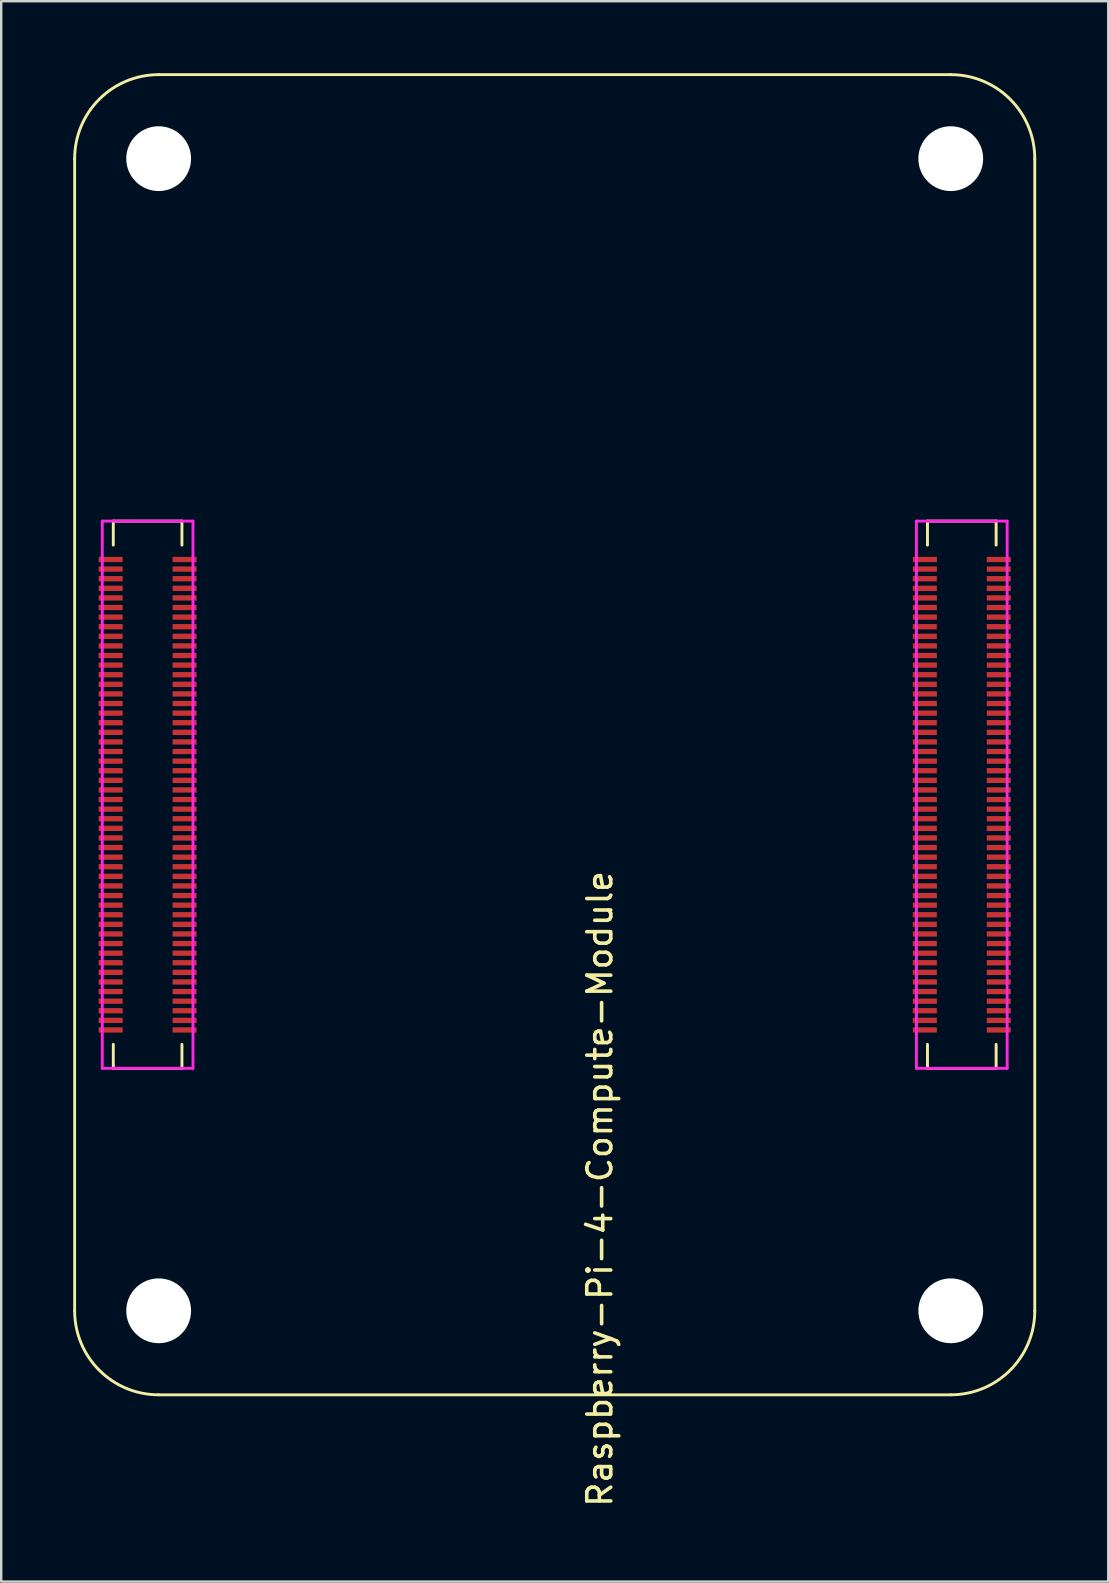
<source format=kicad_pcb>
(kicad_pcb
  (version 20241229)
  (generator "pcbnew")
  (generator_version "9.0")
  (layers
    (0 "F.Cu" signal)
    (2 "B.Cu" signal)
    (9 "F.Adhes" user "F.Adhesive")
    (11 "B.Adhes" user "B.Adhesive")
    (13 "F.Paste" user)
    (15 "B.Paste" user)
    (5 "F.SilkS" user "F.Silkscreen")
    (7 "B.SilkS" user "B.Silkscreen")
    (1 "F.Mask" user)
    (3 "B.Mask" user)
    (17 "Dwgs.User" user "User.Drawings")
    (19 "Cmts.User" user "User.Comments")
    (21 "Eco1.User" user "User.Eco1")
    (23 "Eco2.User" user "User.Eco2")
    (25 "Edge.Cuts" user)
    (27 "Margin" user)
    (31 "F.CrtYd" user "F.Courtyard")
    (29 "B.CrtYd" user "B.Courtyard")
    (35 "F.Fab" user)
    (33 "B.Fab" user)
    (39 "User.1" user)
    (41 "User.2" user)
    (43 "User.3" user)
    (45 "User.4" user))
  (footprint "Raspberry-Pi-4-Compute-Module"
    (layer "F.Cu")
    (at 3.1 30.06)
    (property "Reference" "Raspberry-Pi-4-Compute-Module" (at 18.84 16.42 270) (layer "F.SilkS") (effects (font (size 1 1) (thickness 0.15))))
    (attr smd)
    (fp_line (start -3.04 -26.5) (end -3.04 21.5) (stroke (width 0.12) (type solid)) (layer "F.SilkS"))
    (fp_line (start -1.43 -11.4) (end 1.43 -11.4) (stroke (width 0.12) (type solid)) (layer "F.SilkS"))
    (fp_line (start -1.43 -10.4) (end -1.43 -11.4) (stroke (width 0.12) (type solid)) (layer "F.SilkS"))
    (fp_line (start -1.43 11.4) (end -1.43 10.4) (stroke (width 0.12) (type solid)) (layer "F.SilkS"))
    (fp_line (start -1.43 11.4) (end 1.43 11.4) (stroke (width 0.12) (type solid)) (layer "F.SilkS"))
    (fp_line (start 0.46 25) (end 33.46 25) (stroke (width 0.12) (type solid)) (layer "F.SilkS"))
    (fp_line (start 1.43 -10.4) (end 1.43 -11.4) (stroke (width 0.12) (type solid)) (layer "F.SilkS"))
    (fp_line (start 1.43 11.4) (end 1.43 10.4) (stroke (width 0.12) (type solid)) (layer "F.SilkS"))
    (fp_line (start 32.49 -11.4) (end 32.49 -10.4) (stroke (width 0.12) (type solid)) (layer "F.SilkS"))
    (fp_line (start 32.49 -11.4) (end 35.35 -11.4) (stroke (width 0.12) (type solid)) (layer "F.SilkS"))
    (fp_line (start 32.49 11.4) (end 32.49 10.4) (stroke (width 0.12) (type solid)) (layer "F.SilkS"))
    (fp_line (start 32.49 11.4) (end 35.35 11.4) (stroke (width 0.12) (type solid)) (layer "F.SilkS"))
    (fp_line (start 33.46 -30) (end 0.46 -30) (stroke (width 0.12) (type solid)) (layer "F.SilkS"))
    (fp_line (start 35.35 -11.4) (end 35.35 -10.4) (stroke (width 0.12) (type solid)) (layer "F.SilkS"))
    (fp_line (start 35.35 11.4) (end 35.35 10.4) (stroke (width 0.12) (type solid)) (layer "F.SilkS"))
    (fp_line (start 36.96 21.5) (end 36.96 -26.5) (stroke (width 0.12) (type solid)) (layer "F.SilkS"))
    (fp_arc (start -3.04 -26.5) (mid -2.014874 -28.974874) (end 0.46 -30) (stroke (width 0.12) (type solid)) (layer "F.SilkS"))
    (fp_arc (start 0.46 25) (mid -2.014874 23.974874) (end -3.04 21.5) (stroke (width 0.12) (type solid)) (layer "F.SilkS"))
    (fp_arc (start 33.46 -30) (mid 35.934874 -28.974874) (end 36.96 -26.5) (stroke (width 0.12) (type solid)) (layer "F.SilkS"))
    (fp_arc (start 36.96 21.5) (mid 35.934874 23.974874) (end 33.46 25) (stroke (width 0.12) (type solid)) (layer "F.SilkS"))
    (fp_line (start -1.89 -11.4) (end 1.89 -11.4) (stroke (width 0.12) (type solid)) (layer "F.CrtYd"))
    (fp_line (start -1.89 11.4) (end -1.89 -11.4) (stroke (width 0.12) (type solid)) (layer "F.CrtYd"))
    (fp_line (start 1.89 -11.4) (end 1.89 11.4) (stroke (width 0.12) (type solid)) (layer "F.CrtYd"))
    (fp_line (start 1.89 11.4) (end -1.89 11.4) (stroke (width 0.12) (type solid)) (layer "F.CrtYd"))
    (fp_line (start 32.03 -11.4) (end 35.81 -11.4) (stroke (width 0.12) (type solid)) (layer "F.CrtYd"))
    (fp_line (start 32.03 11.4) (end 32.03 -11.4) (stroke (width 0.12) (type solid)) (layer "F.CrtYd"))
    (fp_line (start 35.81 -11.4) (end 35.81 11.4) (stroke (width 0.12) (type solid)) (layer "F.CrtYd"))
    (fp_line (start 35.81 11.4) (end 32.03 11.4) (stroke (width 0.12) (type solid)) (layer "F.CrtYd"))
    (pad "" np_thru_hole circle (at 0.46 -26.5) (size 2.7 2.7) (drill 2.7) (layers "*.Cu" "*.Mask"))
    (pad "" np_thru_hole circle (at 0.46 21.5) (size 2.7 2.7) (drill 2.7) (layers "*.Cu" "*.Mask"))
    (pad "" np_thru_hole circle (at 33.46 -26.5) (size 2.7 2.7) (drill 2.7) (layers "*.Cu" "*.Mask"))
    (pad "" np_thru_hole circle (at 33.46 21.5) (size 2.7 2.7) (drill 2.7) (layers "*.Cu" "*.Mask"))
    (pad "1" smd rect (at -1.54 -9.8 270) (size 0.22 1) (layers "F.Cu" "F.Mask" "F.Paste"))
    (pad "2" smd rect (at 1.54 -9.8 270) (size 0.22 1) (layers "F.Cu" "F.Mask" "F.Paste"))
    (pad "3" smd rect (at -1.54 -9.4 270) (size 0.22 1) (layers "F.Cu" "F.Mask" "F.Paste"))
    (pad "4" smd rect (at 1.54 -9.4 270) (size 0.22 1) (layers "F.Cu" "F.Mask" "F.Paste"))
    (pad "5" smd rect (at -1.54 -9 270) (size 0.22 1) (layers "F.Cu" "F.Mask" "F.Paste"))
    (pad "6" smd rect (at 1.54 -9 270) (size 0.22 1) (layers "F.Cu" "F.Mask" "F.Paste"))
    (pad "7" smd rect (at -1.54 -8.6 270) (size 0.22 1) (layers "F.Cu" "F.Mask" "F.Paste"))
    (pad "8" smd rect (at 1.54 -8.6 270) (size 0.22 1) (layers "F.Cu" "F.Mask" "F.Paste"))
    (pad "9" smd rect (at -1.54 -8.2 270) (size 0.22 1) (layers "F.Cu" "F.Mask" "F.Paste"))
    (pad "10" smd rect (at 1.54 -8.2 270) (size 0.22 1) (layers "F.Cu" "F.Mask" "F.Paste"))
    (pad "11" smd rect (at -1.54 -7.8 270) (size 0.22 1) (layers "F.Cu" "F.Mask" "F.Paste"))
    (pad "12" smd rect (at 1.54 -7.8 270) (size 0.22 1) (layers "F.Cu" "F.Mask" "F.Paste"))
    (pad "13" smd rect (at -1.54 -7.4 270) (size 0.22 1) (layers "F.Cu" "F.Mask" "F.Paste"))
    (pad "14" smd rect (at 1.54 -7.4 270) (size 0.22 1) (layers "F.Cu" "F.Mask" "F.Paste"))
    (pad "15" smd rect (at -1.54 -7 270) (size 0.22 1) (layers "F.Cu" "F.Mask" "F.Paste"))
    (pad "16" smd rect (at 1.54 -7 270) (size 0.22 1) (layers "F.Cu" "F.Mask" "F.Paste"))
    (pad "17" smd rect (at -1.54 -6.6 270) (size 0.22 1) (layers "F.Cu" "F.Mask" "F.Paste"))
    (pad "18" smd rect (at 1.54 -6.6 270) (size 0.22 1) (layers "F.Cu" "F.Mask" "F.Paste"))
    (pad "19" smd rect (at -1.54 -6.2 270) (size 0.22 1) (layers "F.Cu" "F.Mask" "F.Paste"))
    (pad "20" smd rect (at 1.54 -6.2 270) (size 0.22 1) (layers "F.Cu" "F.Mask" "F.Paste"))
    (pad "21" smd rect (at -1.54 -5.8 270) (size 0.22 1) (layers "F.Cu" "F.Mask" "F.Paste"))
    (pad "22" smd rect (at 1.54 -5.8 270) (size 0.22 1) (layers "F.Cu" "F.Mask" "F.Paste"))
    (pad "23" smd rect (at -1.54 -5.4 270) (size 0.22 1) (layers "F.Cu" "F.Mask" "F.Paste"))
    (pad "24" smd rect (at 1.54 -5.4 270) (size 0.22 1) (layers "F.Cu" "F.Mask" "F.Paste"))
    (pad "25" smd rect (at -1.54 -5 270) (size 0.22 1) (layers "F.Cu" "F.Mask" "F.Paste"))
    (pad "26" smd rect (at 1.54 -5 270) (size 0.22 1) (layers "F.Cu" "F.Mask" "F.Paste"))
    (pad "27" smd rect (at -1.54 -4.6 270) (size 0.22 1) (layers "F.Cu" "F.Mask" "F.Paste"))
    (pad "28" smd rect (at 1.54 -4.6 270) (size 0.22 1) (layers "F.Cu" "F.Mask" "F.Paste"))
    (pad "29" smd rect (at -1.54 -4.2 270) (size 0.22 1) (layers "F.Cu" "F.Mask" "F.Paste"))
    (pad "30" smd rect (at 1.54 -4.2 270) (size 0.22 1) (layers "F.Cu" "F.Mask" "F.Paste"))
    (pad "31" smd rect (at -1.54 -3.8 270) (size 0.22 1) (layers "F.Cu" "F.Mask" "F.Paste"))
    (pad "32" smd rect (at 1.54 -3.8 270) (size 0.22 1) (layers "F.Cu" "F.Mask" "F.Paste"))
    (pad "33" smd rect (at -1.54 -3.4 270) (size 0.22 1) (layers "F.Cu" "F.Mask" "F.Paste"))
    (pad "34" smd rect (at 1.54 -3.4 270) (size 0.22 1) (layers "F.Cu" "F.Mask" "F.Paste"))
    (pad "35" smd rect (at -1.54 -3 270) (size 0.22 1) (layers "F.Cu" "F.Mask" "F.Paste"))
    (pad "36" smd rect (at 1.54 -3 270) (size 0.22 1) (layers "F.Cu" "F.Mask" "F.Paste"))
    (pad "37" smd rect (at -1.54 -2.6 270) (size 0.22 1) (layers "F.Cu" "F.Mask" "F.Paste"))
    (pad "38" smd rect (at 1.54 -2.6 270) (size 0.22 1) (layers "F.Cu" "F.Mask" "F.Paste"))
    (pad "39" smd rect (at -1.54 -2.2 270) (size 0.22 1) (layers "F.Cu" "F.Mask" "F.Paste"))
    (pad "40" smd rect (at 1.54 -2.2 270) (size 0.22 1) (layers "F.Cu" "F.Mask" "F.Paste"))
    (pad "41" smd rect (at -1.54 -1.8 270) (size 0.22 1) (layers "F.Cu" "F.Mask" "F.Paste"))
    (pad "42" smd rect (at 1.54 -1.8 270) (size 0.22 1) (layers "F.Cu" "F.Mask" "F.Paste"))
    (pad "43" smd rect (at -1.54 -1.4 270) (size 0.22 1) (layers "F.Cu" "F.Mask" "F.Paste"))
    (pad "44" smd rect (at 1.54 -1.4 270) (size 0.22 1) (layers "F.Cu" "F.Mask" "F.Paste"))
    (pad "45" smd rect (at -1.54 -1 270) (size 0.22 1) (layers "F.Cu" "F.Mask" "F.Paste"))
    (pad "46" smd rect (at 1.54 -1 270) (size 0.22 1) (layers "F.Cu" "F.Mask" "F.Paste"))
    (pad "47" smd rect (at -1.54 -0.6 270) (size 0.22 1) (layers "F.Cu" "F.Mask" "F.Paste"))
    (pad "48" smd rect (at 1.54 -0.6 270) (size 0.22 1) (layers "F.Cu" "F.Mask" "F.Paste"))
    (pad "49" smd rect (at -1.54 -0.2 270) (size 0.22 1) (layers "F.Cu" "F.Mask" "F.Paste"))
    (pad "50" smd rect (at 1.54 -0.2 270) (size 0.22 1) (layers "F.Cu" "F.Mask" "F.Paste"))
    (pad "51" smd rect (at -1.54 0.2 270) (size 0.22 1) (layers "F.Cu" "F.Mask" "F.Paste"))
    (pad "52" smd rect (at 1.54 0.2 270) (size 0.22 1) (layers "F.Cu" "F.Mask" "F.Paste"))
    (pad "53" smd rect (at -1.54 0.6 270) (size 0.22 1) (layers "F.Cu" "F.Mask" "F.Paste"))
    (pad "54" smd rect (at 1.54 0.6 270) (size 0.22 1) (layers "F.Cu" "F.Mask" "F.Paste"))
    (pad "55" smd rect (at -1.54 1 270) (size 0.22 1) (layers "F.Cu" "F.Mask" "F.Paste"))
    (pad "56" smd rect (at 1.54 1 270) (size 0.22 1) (layers "F.Cu" "F.Mask" "F.Paste"))
    (pad "57" smd rect (at -1.54 1.4 270) (size 0.22 1) (layers "F.Cu" "F.Mask" "F.Paste"))
    (pad "58" smd rect (at 1.54 1.4 270) (size 0.22 1) (layers "F.Cu" "F.Mask" "F.Paste"))
    (pad "59" smd rect (at -1.54 1.8 270) (size 0.22 1) (layers "F.Cu" "F.Mask" "F.Paste"))
    (pad "60" smd rect (at 1.54 1.8 270) (size 0.22 1) (layers "F.Cu" "F.Mask" "F.Paste"))
    (pad "61" smd rect (at -1.54 2.2 270) (size 0.22 1) (layers "F.Cu" "F.Mask" "F.Paste"))
    (pad "62" smd rect (at 1.54 2.2 270) (size 0.22 1) (layers "F.Cu" "F.Mask" "F.Paste"))
    (pad "63" smd rect (at -1.54 2.6 270) (size 0.22 1) (layers "F.Cu" "F.Mask" "F.Paste"))
    (pad "64" smd rect (at 1.54 2.6 270) (size 0.22 1) (layers "F.Cu" "F.Mask" "F.Paste"))
    (pad "65" smd rect (at -1.54 3 270) (size 0.22 1) (layers "F.Cu" "F.Mask" "F.Paste"))
    (pad "66" smd rect (at 1.54 3 270) (size 0.22 1) (layers "F.Cu" "F.Mask" "F.Paste"))
    (pad "67" smd rect (at -1.54 3.4 270) (size 0.22 1) (layers "F.Cu" "F.Mask" "F.Paste"))
    (pad "68" smd rect (at 1.54 3.4 270) (size 0.22 1) (layers "F.Cu" "F.Mask" "F.Paste"))
    (pad "69" smd rect (at -1.54 3.8 270) (size 0.22 1) (layers "F.Cu" "F.Mask" "F.Paste"))
    (pad "70" smd rect (at 1.54 3.8 270) (size 0.22 1) (layers "F.Cu" "F.Mask" "F.Paste"))
    (pad "71" smd rect (at -1.54 4.2 270) (size 0.22 1) (layers "F.Cu" "F.Mask" "F.Paste"))
    (pad "72" smd rect (at 1.54 4.2 270) (size 0.22 1) (layers "F.Cu" "F.Mask" "F.Paste"))
    (pad "73" smd rect (at -1.54 4.6 270) (size 0.22 1) (layers "F.Cu" "F.Mask" "F.Paste"))
    (pad "74" smd rect (at 1.54 4.6 270) (size 0.22 1) (layers "F.Cu" "F.Mask" "F.Paste"))
    (pad "75" smd rect (at -1.54 5 270) (size 0.22 1) (layers "F.Cu" "F.Mask" "F.Paste"))
    (pad "76" smd rect (at 1.54 5 270) (size 0.22 1) (layers "F.Cu" "F.Mask" "F.Paste"))
    (pad "77" smd rect (at -1.54 5.4 270) (size 0.22 1) (layers "F.Cu" "F.Mask" "F.Paste"))
    (pad "78" smd rect (at 1.54 5.4 270) (size 0.22 1) (layers "F.Cu" "F.Mask" "F.Paste"))
    (pad "79" smd rect (at -1.54 5.8 270) (size 0.22 1) (layers "F.Cu" "F.Mask" "F.Paste"))
    (pad "80" smd rect (at 1.54 5.8 270) (size 0.22 1) (layers "F.Cu" "F.Mask" "F.Paste"))
    (pad "81" smd rect (at -1.54 6.2 270) (size 0.22 1) (layers "F.Cu" "F.Mask" "F.Paste"))
    (pad "82" smd rect (at 1.54 6.2 270) (size 0.22 1) (layers "F.Cu" "F.Mask" "F.Paste"))
    (pad "83" smd rect (at -1.54 6.6 270) (size 0.22 1) (layers "F.Cu" "F.Mask" "F.Paste"))
    (pad "84" smd rect (at 1.54 6.6 270) (size 0.22 1) (layers "F.Cu" "F.Mask" "F.Paste"))
    (pad "85" smd rect (at -1.54 7 270) (size 0.22 1) (layers "F.Cu" "F.Mask" "F.Paste"))
    (pad "86" smd rect (at 1.54 7 270) (size 0.22 1) (layers "F.Cu" "F.Mask" "F.Paste"))
    (pad "87" smd rect (at -1.54 7.4 270) (size 0.22 1) (layers "F.Cu" "F.Mask" "F.Paste"))
    (pad "88" smd rect (at 1.54 7.4 270) (size 0.22 1) (layers "F.Cu" "F.Mask" "F.Paste"))
    (pad "89" smd rect (at -1.54 7.8 270) (size 0.22 1) (layers "F.Cu" "F.Mask" "F.Paste"))
    (pad "90" smd rect (at 1.54 7.8 270) (size 0.22 1) (layers "F.Cu" "F.Mask" "F.Paste"))
    (pad "91" smd rect (at -1.54 8.2 270) (size 0.22 1) (layers "F.Cu" "F.Mask" "F.Paste"))
    (pad "92" smd rect (at 1.54 8.2 270) (size 0.22 1) (layers "F.Cu" "F.Mask" "F.Paste"))
    (pad "93" smd rect (at -1.54 8.6 270) (size 0.22 1) (layers "F.Cu" "F.Mask" "F.Paste"))
    (pad "94" smd rect (at 1.54 8.6 270) (size 0.22 1) (layers "F.Cu" "F.Mask" "F.Paste"))
    (pad "95" smd rect (at -1.54 9 270) (size 0.22 1) (layers "F.Cu" "F.Mask" "F.Paste"))
    (pad "96" smd rect (at 1.54 9 270) (size 0.22 1) (layers "F.Cu" "F.Mask" "F.Paste"))
    (pad "97" smd rect (at -1.54 9.4 270) (size 0.22 1) (layers "F.Cu" "F.Mask" "F.Paste"))
    (pad "98" smd rect (at 1.54 9.4 270) (size 0.22 1) (layers "F.Cu" "F.Mask" "F.Paste"))
    (pad "99" smd rect (at -1.54 9.8 270) (size 0.22 1) (layers "F.Cu" "F.Mask" "F.Paste"))
    (pad "100" smd rect (at 1.54 9.8 270) (size 0.22 1) (layers "F.Cu" "F.Mask" "F.Paste"))
    (pad "101" smd rect (at 32.38 -9.8 270) (size 0.22 1) (layers "F.Cu" "F.Mask" "F.Paste"))
    (pad "102" smd rect (at 35.46 -9.8 270) (size 0.22 1) (layers "F.Cu" "F.Mask" "F.Paste"))
    (pad "103" smd rect (at 32.38 -9.4 270) (size 0.22 1) (layers "F.Cu" "F.Mask" "F.Paste"))
    (pad "104" smd rect (at 35.46 -9.4 270) (size 0.22 1) (layers "F.Cu" "F.Mask" "F.Paste"))
    (pad "105" smd rect (at 32.38 -9 270) (size 0.22 1) (layers "F.Cu" "F.Mask" "F.Paste"))
    (pad "106" smd rect (at 35.46 -9 270) (size 0.22 1) (layers "F.Cu" "F.Mask" "F.Paste"))
    (pad "107" smd rect (at 32.38 -8.6 270) (size 0.22 1) (layers "F.Cu" "F.Mask" "F.Paste"))
    (pad "108" smd rect (at 35.46 -8.6 270) (size 0.22 1) (layers "F.Cu" "F.Mask" "F.Paste"))
    (pad "109" smd rect (at 32.38 -8.2 270) (size 0.22 1) (layers "F.Cu" "F.Mask" "F.Paste"))
    (pad "110" smd rect (at 35.46 -8.2 270) (size 0.22 1) (layers "F.Cu" "F.Mask" "F.Paste"))
    (pad "111" smd rect (at 32.38 -7.8 270) (size 0.22 1) (layers "F.Cu" "F.Mask" "F.Paste"))
    (pad "112" smd rect (at 35.46 -7.8 270) (size 0.22 1) (layers "F.Cu" "F.Mask" "F.Paste"))
    (pad "113" smd rect (at 32.38 -7.4 270) (size 0.22 1) (layers "F.Cu" "F.Mask" "F.Paste"))
    (pad "114" smd rect (at 35.46 -7.4 270) (size 0.22 1) (layers "F.Cu" "F.Mask" "F.Paste"))
    (pad "115" smd rect (at 32.38 -7 270) (size 0.22 1) (layers "F.Cu" "F.Mask" "F.Paste"))
    (pad "116" smd rect (at 35.46 -7 270) (size 0.22 1) (layers "F.Cu" "F.Mask" "F.Paste"))
    (pad "117" smd rect (at 32.38 -6.6 270) (size 0.22 1) (layers "F.Cu" "F.Mask" "F.Paste"))
    (pad "118" smd rect (at 35.46 -6.6 270) (size 0.22 1) (layers "F.Cu" "F.Mask" "F.Paste"))
    (pad "119" smd rect (at 32.38 -6.2 270) (size 0.22 1) (layers "F.Cu" "F.Mask" "F.Paste"))
    (pad "120" smd rect (at 35.46 -6.2 270) (size 0.22 1) (layers "F.Cu" "F.Mask" "F.Paste"))
    (pad "121" smd rect (at 32.38 -5.8 270) (size 0.22 1) (layers "F.Cu" "F.Mask" "F.Paste"))
    (pad "122" smd rect (at 35.46 -5.8 270) (size 0.22 1) (layers "F.Cu" "F.Mask" "F.Paste"))
    (pad "123" smd rect (at 32.38 -5.4 270) (size 0.22 1) (layers "F.Cu" "F.Mask" "F.Paste"))
    (pad "124" smd rect (at 35.46 -5.4 270) (size 0.22 1) (layers "F.Cu" "F.Mask" "F.Paste"))
    (pad "125" smd rect (at 32.38 -5 270) (size 0.22 1) (layers "F.Cu" "F.Mask" "F.Paste"))
    (pad "126" smd rect (at 35.46 -5 270) (size 0.22 1) (layers "F.Cu" "F.Mask" "F.Paste"))
    (pad "127" smd rect (at 32.38 -4.6 270) (size 0.22 1) (layers "F.Cu" "F.Mask" "F.Paste"))
    (pad "128" smd rect (at 35.46 -4.6 270) (size 0.22 1) (layers "F.Cu" "F.Mask" "F.Paste"))
    (pad "129" smd rect (at 32.38 -4.2 270) (size 0.22 1) (layers "F.Cu" "F.Mask" "F.Paste"))
    (pad "130" smd rect (at 35.46 -4.2 270) (size 0.22 1) (layers "F.Cu" "F.Mask" "F.Paste"))
    (pad "131" smd rect (at 32.38 -3.8 270) (size 0.22 1) (layers "F.Cu" "F.Mask" "F.Paste"))
    (pad "132" smd rect (at 35.46 -3.8 270) (size 0.22 1) (layers "F.Cu" "F.Mask" "F.Paste"))
    (pad "133" smd rect (at 32.38 -3.4 270) (size 0.22 1) (layers "F.Cu" "F.Mask" "F.Paste"))
    (pad "134" smd rect (at 35.46 -3.4 270) (size 0.22 1) (layers "F.Cu" "F.Mask" "F.Paste"))
    (pad "135" smd rect (at 32.38 -3 270) (size 0.22 1) (layers "F.Cu" "F.Mask" "F.Paste"))
    (pad "136" smd rect (at 35.46 -3 270) (size 0.22 1) (layers "F.Cu" "F.Mask" "F.Paste"))
    (pad "137" smd rect (at 32.38 -2.6 270) (size 0.22 1) (layers "F.Cu" "F.Mask" "F.Paste"))
    (pad "138" smd rect (at 35.46 -2.6 270) (size 0.22 1) (layers "F.Cu" "F.Mask" "F.Paste"))
    (pad "139" smd rect (at 32.38 -2.2 270) (size 0.22 1) (layers "F.Cu" "F.Mask" "F.Paste"))
    (pad "140" smd rect (at 35.46 -2.2 270) (size 0.22 1) (layers "F.Cu" "F.Mask" "F.Paste"))
    (pad "141" smd rect (at 32.38 -1.8 270) (size 0.22 1) (layers "F.Cu" "F.Mask" "F.Paste"))
    (pad "142" smd rect (at 35.46 -1.8 270) (size 0.22 1) (layers "F.Cu" "F.Mask" "F.Paste"))
    (pad "143" smd rect (at 32.38 -1.4 270) (size 0.22 1) (layers "F.Cu" "F.Mask" "F.Paste"))
    (pad "144" smd rect (at 35.46 -1.4 270) (size 0.22 1) (layers "F.Cu" "F.Mask" "F.Paste"))
    (pad "145" smd rect (at 32.38 -1 270) (size 0.22 1) (layers "F.Cu" "F.Mask" "F.Paste"))
    (pad "146" smd rect (at 35.46 -1 270) (size 0.22 1) (layers "F.Cu" "F.Mask" "F.Paste"))
    (pad "147" smd rect (at 32.38 -0.6 270) (size 0.22 1) (layers "F.Cu" "F.Mask" "F.Paste"))
    (pad "148" smd rect (at 35.46 -0.6 270) (size 0.22 1) (layers "F.Cu" "F.Mask" "F.Paste"))
    (pad "149" smd rect (at 32.38 -0.2 270) (size 0.22 1) (layers "F.Cu" "F.Mask" "F.Paste"))
    (pad "150" smd rect (at 35.46 -0.2 270) (size 0.22 1) (layers "F.Cu" "F.Mask" "F.Paste"))
    (pad "151" smd rect (at 32.38 0.2 270) (size 0.22 1) (layers "F.Cu" "F.Mask" "F.Paste"))
    (pad "152" smd rect (at 35.46 0.2 270) (size 0.22 1) (layers "F.Cu" "F.Mask" "F.Paste"))
    (pad "153" smd rect (at 32.38 0.6 270) (size 0.22 1) (layers "F.Cu" "F.Mask" "F.Paste"))
    (pad "154" smd rect (at 35.46 0.6 270) (size 0.22 1) (layers "F.Cu" "F.Mask" "F.Paste"))
    (pad "155" smd rect (at 32.38 1 270) (size 0.22 1) (layers "F.Cu" "F.Mask" "F.Paste"))
    (pad "156" smd rect (at 35.46 1 270) (size 0.22 1) (layers "F.Cu" "F.Mask" "F.Paste"))
    (pad "157" smd rect (at 32.38 1.4 270) (size 0.22 1) (layers "F.Cu" "F.Mask" "F.Paste"))
    (pad "158" smd rect (at 35.46 1.4 270) (size 0.22 1) (layers "F.Cu" "F.Mask" "F.Paste"))
    (pad "159" smd rect (at 32.38 1.8 270) (size 0.22 1) (layers "F.Cu" "F.Mask" "F.Paste"))
    (pad "160" smd rect (at 35.46 1.8 270) (size 0.22 1) (layers "F.Cu" "F.Mask" "F.Paste"))
    (pad "161" smd rect (at 32.38 2.2 270) (size 0.22 1) (layers "F.Cu" "F.Mask" "F.Paste"))
    (pad "162" smd rect (at 35.46 2.2 270) (size 0.22 1) (layers "F.Cu" "F.Mask" "F.Paste"))
    (pad "163" smd rect (at 32.38 2.6 270) (size 0.22 1) (layers "F.Cu" "F.Mask" "F.Paste"))
    (pad "164" smd rect (at 35.46 2.6 270) (size 0.22 1) (layers "F.Cu" "F.Mask" "F.Paste"))
    (pad "165" smd rect (at 32.38 3 270) (size 0.22 1) (layers "F.Cu" "F.Mask" "F.Paste"))
    (pad "166" smd rect (at 35.46 3 270) (size 0.22 1) (layers "F.Cu" "F.Mask" "F.Paste"))
    (pad "167" smd rect (at 32.38 3.4 270) (size 0.22 1) (layers "F.Cu" "F.Mask" "F.Paste"))
    (pad "168" smd rect (at 35.46 3.4 270) (size 0.22 1) (layers "F.Cu" "F.Mask" "F.Paste"))
    (pad "169" smd rect (at 32.38 3.8 270) (size 0.22 1) (layers "F.Cu" "F.Mask" "F.Paste"))
    (pad "170" smd rect (at 35.46 3.8 270) (size 0.22 1) (layers "F.Cu" "F.Mask" "F.Paste"))
    (pad "171" smd rect (at 32.38 4.2 270) (size 0.22 1) (layers "F.Cu" "F.Mask" "F.Paste"))
    (pad "172" smd rect (at 35.46 4.2 270) (size 0.22 1) (layers "F.Cu" "F.Mask" "F.Paste"))
    (pad "173" smd rect (at 32.38 4.6 270) (size 0.22 1) (layers "F.Cu" "F.Mask" "F.Paste"))
    (pad "174" smd rect (at 35.46 4.6 270) (size 0.22 1) (layers "F.Cu" "F.Mask" "F.Paste"))
    (pad "175" smd rect (at 32.38 5 270) (size 0.22 1) (layers "F.Cu" "F.Mask" "F.Paste"))
    (pad "176" smd rect (at 35.46 5 270) (size 0.22 1) (layers "F.Cu" "F.Mask" "F.Paste"))
    (pad "177" smd rect (at 32.38 5.4 270) (size 0.22 1) (layers "F.Cu" "F.Mask" "F.Paste"))
    (pad "178" smd rect (at 35.46 5.4 270) (size 0.22 1) (layers "F.Cu" "F.Mask" "F.Paste"))
    (pad "179" smd rect (at 32.38 5.8 270) (size 0.22 1) (layers "F.Cu" "F.Mask" "F.Paste"))
    (pad "180" smd rect (at 35.46 5.8 270) (size 0.22 1) (layers "F.Cu" "F.Mask" "F.Paste"))
    (pad "181" smd rect (at 32.38 6.2 270) (size 0.22 1) (layers "F.Cu" "F.Mask" "F.Paste"))
    (pad "182" smd rect (at 35.46 6.2 270) (size 0.22 1) (layers "F.Cu" "F.Mask" "F.Paste"))
    (pad "183" smd rect (at 32.38 6.6 270) (size 0.22 1) (layers "F.Cu" "F.Mask" "F.Paste"))
    (pad "184" smd rect (at 35.46 6.6 270) (size 0.22 1) (layers "F.Cu" "F.Mask" "F.Paste"))
    (pad "185" smd rect (at 32.38 7 270) (size 0.22 1) (layers "F.Cu" "F.Mask" "F.Paste"))
    (pad "186" smd rect (at 35.46 7 270) (size 0.22 1) (layers "F.Cu" "F.Mask" "F.Paste"))
    (pad "187" smd rect (at 32.38 7.4 270) (size 0.22 1) (layers "F.Cu" "F.Mask" "F.Paste"))
    (pad "188" smd rect (at 35.46 7.4 270) (size 0.22 1) (layers "F.Cu" "F.Mask" "F.Paste"))
    (pad "189" smd rect (at 32.38 7.8 270) (size 0.22 1) (layers "F.Cu" "F.Mask" "F.Paste"))
    (pad "190" smd rect (at 35.46 7.8 270) (size 0.22 1) (layers "F.Cu" "F.Mask" "F.Paste"))
    (pad "191" smd rect (at 32.38 8.2 270) (size 0.22 1) (layers "F.Cu" "F.Mask" "F.Paste"))
    (pad "192" smd rect (at 35.46 8.2 270) (size 0.22 1) (layers "F.Cu" "F.Mask" "F.Paste"))
    (pad "193" smd rect (at 32.38 8.6 270) (size 0.22 1) (layers "F.Cu" "F.Mask" "F.Paste"))
    (pad "194" smd rect (at 35.46 8.6 270) (size 0.22 1) (layers "F.Cu" "F.Mask" "F.Paste"))
    (pad "195" smd rect (at 32.38 9 270) (size 0.22 1) (layers "F.Cu" "F.Mask" "F.Paste"))
    (pad "196" smd rect (at 35.46 9 270) (size 0.22 1) (layers "F.Cu" "F.Mask" "F.Paste"))
    (pad "197" smd rect (at 32.38 9.4 270) (size 0.22 1) (layers "F.Cu" "F.Mask" "F.Paste"))
    (pad "198" smd rect (at 35.46 9.4 270) (size 0.22 1) (layers "F.Cu" "F.Mask" "F.Paste"))
    (pad "199" smd rect (at 32.38 9.8 270) (size 0.22 1) (layers "F.Cu" "F.Mask" "F.Paste"))
    (pad "200" smd rect (at 35.46 9.8 270) (size 0.22 1) (layers "F.Cu" "F.Mask" "F.Paste")))
  (gr_rect
    (start -3 -3)
    (end 43.12 62.843)
    (stroke (width 0.1) (type default))
    (fill no)
    (layer "Edge.Cuts")))
</source>
